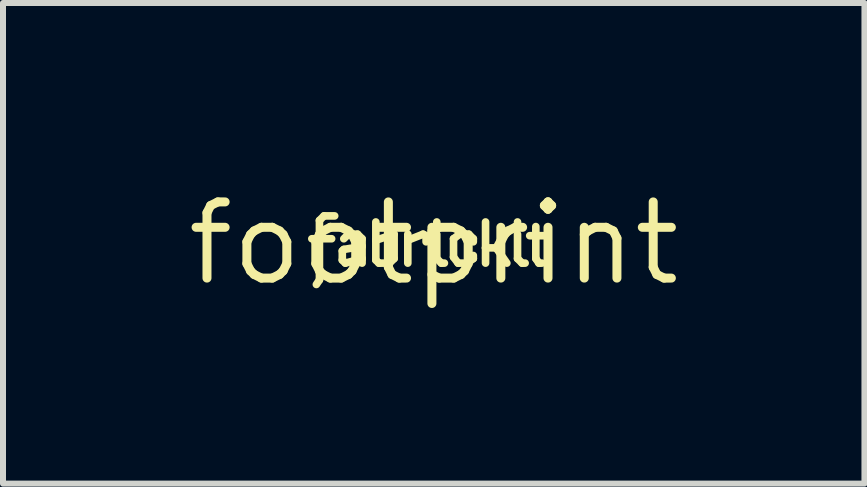
<source format=kicad_pcb>
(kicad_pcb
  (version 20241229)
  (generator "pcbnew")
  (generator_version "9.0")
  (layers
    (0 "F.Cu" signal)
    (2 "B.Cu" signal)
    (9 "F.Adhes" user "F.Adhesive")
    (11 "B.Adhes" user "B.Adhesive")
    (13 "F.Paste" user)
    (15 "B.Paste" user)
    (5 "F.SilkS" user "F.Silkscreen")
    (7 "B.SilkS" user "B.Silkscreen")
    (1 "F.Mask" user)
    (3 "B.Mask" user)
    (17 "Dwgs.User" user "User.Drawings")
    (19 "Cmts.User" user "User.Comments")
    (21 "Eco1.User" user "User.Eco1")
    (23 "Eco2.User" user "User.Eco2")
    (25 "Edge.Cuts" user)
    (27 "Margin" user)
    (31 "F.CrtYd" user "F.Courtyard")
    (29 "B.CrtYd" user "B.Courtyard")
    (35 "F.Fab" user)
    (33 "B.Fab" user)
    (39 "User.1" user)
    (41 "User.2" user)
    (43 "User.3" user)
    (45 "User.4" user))
  (footprint "footprint"
    (layer "F.Cu")
    (at 4.18 1.006)
    (property "Reference" "footprint" (at 0 0 0) (layer "F.SilkS") (effects (font (size 1.27 1.27) (thickness 0.15))))
    (fp_line (start -2.032 -0.076) (end -1.702 -0.076) (stroke (width 0.127) (type solid)) (layer "F.SilkS"))
    (fp_line (start -1.956 0.686) (end -1.905 0.61) (stroke (width 0.127) (type solid)) (layer "F.SilkS"))
    (fp_line (start -1.905 -0.381) (end -1.829 -0.457) (stroke (width 0.127) (type solid)) (layer "F.SilkS"))
    (fp_line (start -1.905 0.61) (end -1.905 -0.381) (stroke (width 0.127) (type solid)) (layer "F.SilkS"))
    (fp_line (start -1.829 -0.457) (end -1.651 -0.457) (stroke (width 0.127) (type solid)) (layer "F.SilkS"))
    (fp_line (start -1.524 0.127) (end -1.524 0.279) (stroke (width 0.127) (type solid)) (layer "F.SilkS"))
    (fp_line (start -1.524 0.279) (end -1.473 0.33) (stroke (width 0.127) (type solid)) (layer "F.SilkS"))
    (fp_line (start -1.499 -0.076) (end -1.422 -0.152) (stroke (width 0.127) (type solid)) (layer "F.SilkS"))
    (fp_line (start -1.499 0.102) (end -1.524 0.127) (stroke (width 0.127) (type solid)) (layer "F.SilkS"))
    (fp_line (start -1.473 0.33) (end -1.194 0.254) (stroke (width 0.127) (type solid)) (layer "F.SilkS"))
    (fp_line (start -1.422 -0.152) (end -1.27 -0.152) (stroke (width 0.127) (type solid)) (layer "F.SilkS"))
    (fp_line (start -1.27 -0.152) (end -1.194 -0.076) (stroke (width 0.127) (type solid)) (layer "F.SilkS"))
    (fp_line (start -1.194 -0.076) (end -1.194 0.051) (stroke (width 0.127) (type solid)) (layer "F.SilkS"))
    (fp_line (start -1.194 0.051) (end -1.499 0.102) (stroke (width 0.127) (type solid)) (layer "F.SilkS"))
    (fp_line (start -1.194 0.051) (end -1.194 0.254) (stroke (width 0.127) (type solid)) (layer "F.SilkS"))
    (fp_line (start -1.194 0.254) (end -1.194 0.33) (stroke (width 0.127) (type solid)) (layer "F.SilkS"))
    (fp_line (start -0.965 -0.356) (end -0.965 -0.051) (stroke (width 0.127) (type solid)) (layer "F.SilkS"))
    (fp_line (start -0.965 -0.051) (end -0.965 0.279) (stroke (width 0.127) (type solid)) (layer "F.SilkS"))
    (fp_line (start -0.965 0.279) (end -0.914 0.33) (stroke (width 0.127) (type solid)) (layer "F.SilkS"))
    (fp_line (start -0.914 0.33) (end -0.737 0.33) (stroke (width 0.127) (type solid)) (layer "F.SilkS"))
    (fp_line (start -0.737 0.33) (end -0.66 0.254) (stroke (width 0.127) (type solid)) (layer "F.SilkS"))
    (fp_line (start -0.66 -0.152) (end -0.965 -0.051) (stroke (width 0.127) (type solid)) (layer "F.SilkS"))
    (fp_line (start -0.66 0.254) (end -0.66 -0.152) (stroke (width 0.127) (type solid)) (layer "F.SilkS"))
    (fp_line (start -0.432 -0.152) (end -0.432 -0.051) (stroke (width 0.127) (type solid)) (layer "F.SilkS"))
    (fp_line (start -0.432 -0.051) (end -0.432 0.33) (stroke (width 0.127) (type solid)) (layer "F.SilkS"))
    (fp_line (start -0.432 -0.051) (end -0.178 -0.152) (stroke (width 0.127) (type solid)) (layer "F.SilkS"))
    (fp_line (start -0.178 -0.152) (end -0.127 -0.127) (stroke (width 0.127) (type solid)) (layer "F.SilkS"))
    (fp_line (start -0.127 -0.127) (end -0.127 -0.025) (stroke (width 0.127) (type solid)) (layer "F.SilkS"))
    (fp_line (start 0.051 -0.356) (end 0.051 -0.305) (stroke (width 0.127) (type solid)) (layer "F.SilkS"))
    (fp_line (start 0.051 -0.152) (end 0.051 0.254) (stroke (width 0.127) (type solid)) (layer "F.SilkS"))
    (fp_line (start 0.051 0.254) (end 0.127 0.33) (stroke (width 0.127) (type solid)) (layer "F.SilkS"))
    (fp_line (start 0.127 0.33) (end 0.178 0.33) (stroke (width 0.127) (type solid)) (layer "F.SilkS"))
    (fp_line (start 0.33 -0.076) (end 0.33 0.229) (stroke (width 0.127) (type solid)) (layer "F.SilkS"))
    (fp_line (start 0.33 0.229) (end 0.406 0.33) (stroke (width 0.127) (type solid)) (layer "F.SilkS"))
    (fp_line (start 0.406 0.33) (end 0.559 0.33) (stroke (width 0.127) (type solid)) (layer "F.SilkS"))
    (fp_line (start 0.432 -0.152) (end 0.33 -0.076) (stroke (width 0.127) (type solid)) (layer "F.SilkS"))
    (fp_line (start 0.559 0.33) (end 0.66 0.254) (stroke (width 0.127) (type solid)) (layer "F.SilkS"))
    (fp_line (start 0.584 -0.152) (end 0.432 -0.152) (stroke (width 0.127) (type solid)) (layer "F.SilkS"))
    (fp_line (start 0.66 -0.076) (end 0.584 -0.152) (stroke (width 0.127) (type solid)) (layer "F.SilkS"))
    (fp_line (start 0.66 -0.025) (end 0.66 -0.076) (stroke (width 0.127) (type solid)) (layer "F.SilkS"))
    (fp_line (start 0.66 0.254) (end 0.66 0.203) (stroke (width 0.127) (type solid)) (layer "F.SilkS"))
    (fp_line (start 0.864 -0.356) (end 0.864 0.076) (stroke (width 0.127) (type solid)) (layer "F.SilkS"))
    (fp_line (start 0.864 0.076) (end 0.864 0.33) (stroke (width 0.127) (type solid)) (layer "F.SilkS"))
    (fp_line (start 0.864 0.076) (end 1.041 0.076) (stroke (width 0.127) (type solid)) (layer "F.SilkS"))
    (fp_line (start 1.041 0.076) (end 1.219 0.33) (stroke (width 0.127) (type solid)) (layer "F.SilkS"))
    (fp_line (start 1.168 -0.152) (end 1.041 0.076) (stroke (width 0.127) (type solid)) (layer "F.SilkS"))
    (fp_line (start 1.397 -0.356) (end 1.397 -0.305) (stroke (width 0.127) (type solid)) (layer "F.SilkS"))
    (fp_line (start 1.397 -0.152) (end 1.397 0.254) (stroke (width 0.127) (type solid)) (layer "F.SilkS"))
    (fp_line (start 1.397 0.254) (end 1.473 0.33) (stroke (width 0.127) (type solid)) (layer "F.SilkS"))
    (fp_line (start 1.473 0.33) (end 1.524 0.33) (stroke (width 0.127) (type solid)) (layer "F.SilkS"))
    (fp_line (start 1.6 -0.127) (end 1.829 -0.127) (stroke (width 0.127) (type solid)) (layer "F.SilkS"))
    (fp_line (start 1.702 -0.279) (end 1.702 0.254) (stroke (width 0.127) (type solid)) (layer "F.SilkS"))
    (fp_line (start 1.702 0.254) (end 1.753 0.33) (stroke (width 0.127) (type solid)) (layer "F.SilkS"))
    (fp_line (start 1.753 0.33) (end 1.803 0.33) (stroke (width 0.127) (type solid)) (layer "F.SilkS")))
  (gr_rect
    (start -3 -3)
    (end 11.36 5.012)
    (stroke (width 0.1) (type default))
    (fill no)
    (layer "Edge.Cuts")))
</source>
